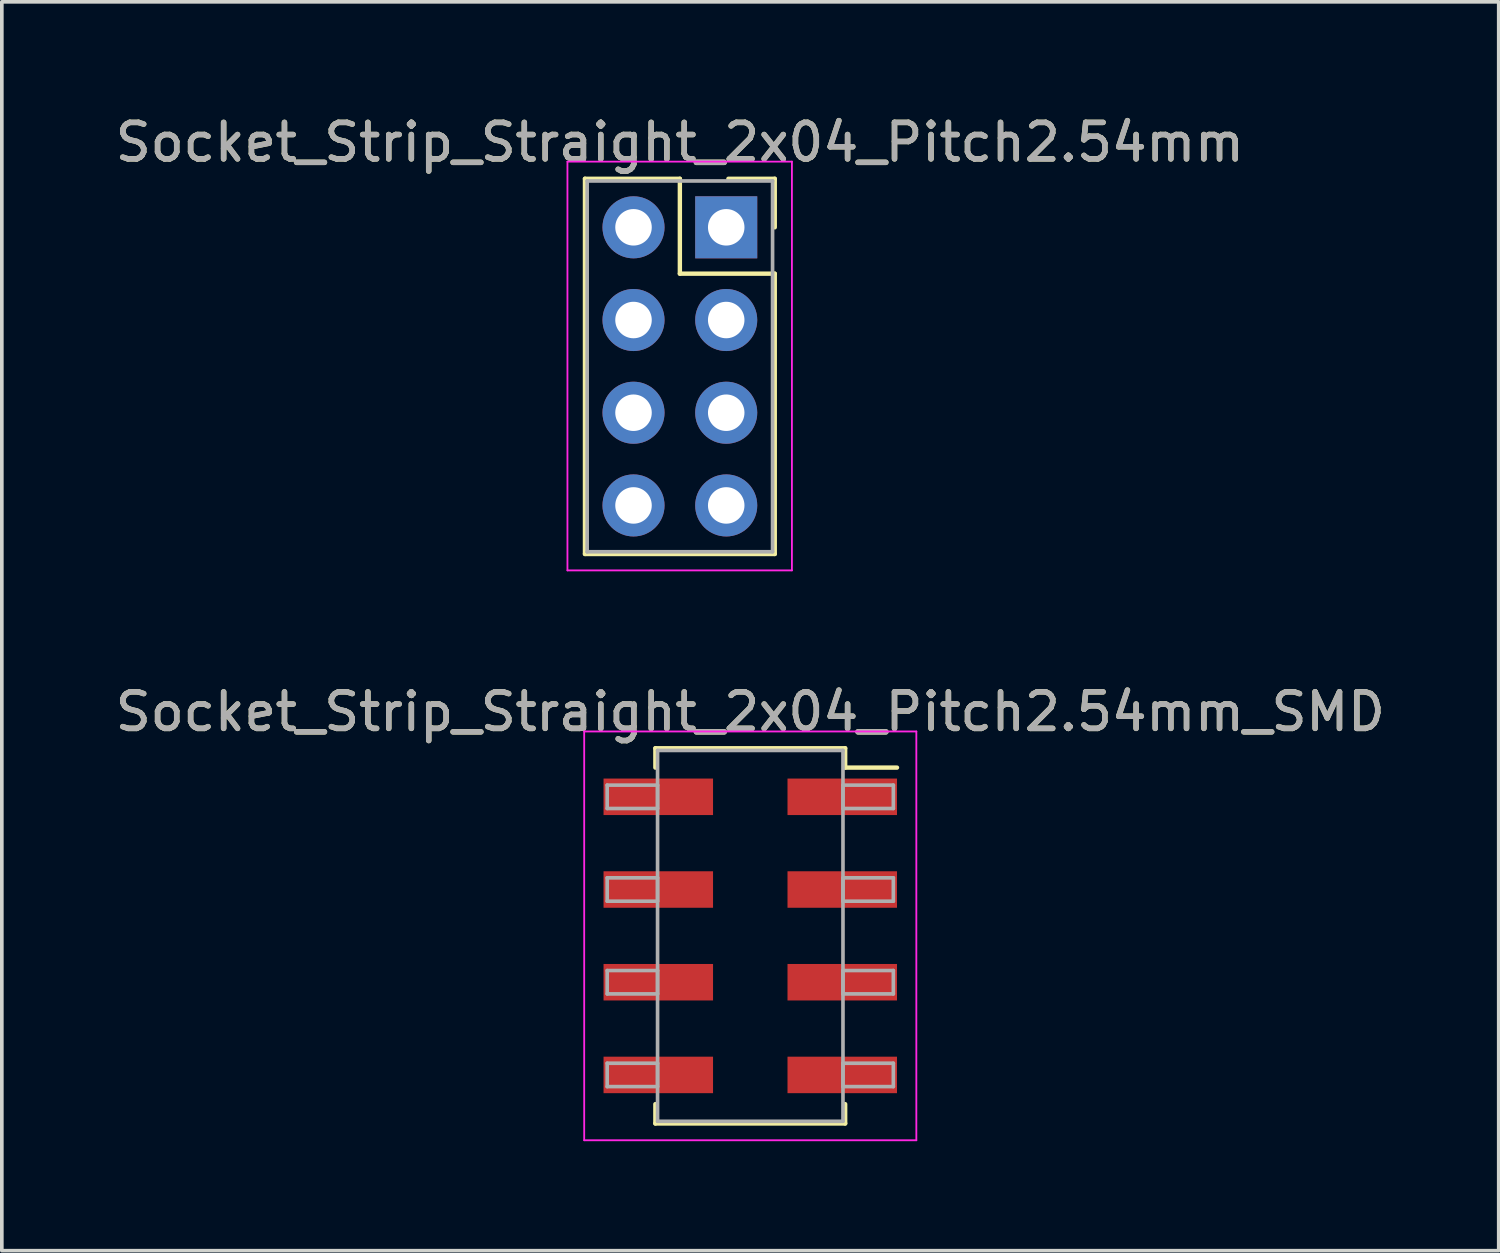
<source format=kicad_pcb>
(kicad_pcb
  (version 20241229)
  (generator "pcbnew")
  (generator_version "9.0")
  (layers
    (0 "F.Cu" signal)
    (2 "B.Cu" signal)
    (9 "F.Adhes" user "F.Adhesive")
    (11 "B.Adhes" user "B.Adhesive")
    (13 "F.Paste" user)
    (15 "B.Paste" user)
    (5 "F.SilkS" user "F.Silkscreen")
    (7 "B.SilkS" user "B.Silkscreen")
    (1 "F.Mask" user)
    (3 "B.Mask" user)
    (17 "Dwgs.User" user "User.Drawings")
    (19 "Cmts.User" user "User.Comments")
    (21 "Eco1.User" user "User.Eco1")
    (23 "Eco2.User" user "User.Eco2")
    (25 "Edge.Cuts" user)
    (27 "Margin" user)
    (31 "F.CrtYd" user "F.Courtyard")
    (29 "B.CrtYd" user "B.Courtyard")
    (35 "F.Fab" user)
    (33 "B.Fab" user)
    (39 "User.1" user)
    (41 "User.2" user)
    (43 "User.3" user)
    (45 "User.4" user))
  (footprint "Socket_Strip_Straight_2x04_Pitch2.54mm_SMD"
    (layer "F.Cu")
    (at 17.506 22.591)
    (property "Reference" "Socket_Strip_Straight_2x04_Pitch2.54mm_SMD" (at 0 -6.14 0) (layer "F.SilkS") (effects (font (size 1 1) (thickness 0.15))))
    (attr smd)
    (fp_line (start -2.6 -5.14) (end 2.6 -5.14) (stroke (width 0.12) (type solid)) (layer "F.SilkS"))
    (fp_line (start -2.6 -4.61) (end -2.6 -5.14) (stroke (width 0.12) (type solid)) (layer "F.SilkS"))
    (fp_line (start -2.6 4.61) (end -2.6 5.14) (stroke (width 0.12) (type solid)) (layer "F.SilkS"))
    (fp_line (start -2.6 5.14) (end 2.6 5.14) (stroke (width 0.12) (type solid)) (layer "F.SilkS"))
    (fp_line (start 2.6 -5.14) (end 2.6 -4.61) (stroke (width 0.12) (type solid)) (layer "F.SilkS"))
    (fp_line (start 2.6 5.14) (end 2.6 4.61) (stroke (width 0.12) (type solid)) (layer "F.SilkS"))
    (fp_line (start 4.02 -4.61) (end 2.6 -4.61) (stroke (width 0.12) (type solid)) (layer "F.SilkS"))
    (fp_line (start -4.55 -5.6) (end -4.55 5.6) (stroke (width 0.05) (type solid)) (layer "F.CrtYd"))
    (fp_line (start -4.55 5.6) (end 4.55 5.6) (stroke (width 0.05) (type solid)) (layer "F.CrtYd"))
    (fp_line (start 4.55 -5.6) (end -4.55 -5.6) (stroke (width 0.05) (type solid)) (layer "F.CrtYd"))
    (fp_line (start 4.55 5.6) (end 4.55 -5.6) (stroke (width 0.05) (type solid)) (layer "F.CrtYd"))
    (fp_line (start -3.92 -4.13) (end -2.54 -4.13) (stroke (width 0.1) (type solid)) (layer "F.Fab"))
    (fp_line (start -3.92 -3.49) (end -3.92 -4.13) (stroke (width 0.1) (type solid)) (layer "F.Fab"))
    (fp_line (start -3.92 -1.59) (end -2.54 -1.59) (stroke (width 0.1) (type solid)) (layer "F.Fab"))
    (fp_line (start -3.92 -0.95) (end -3.92 -1.59) (stroke (width 0.1) (type solid)) (layer "F.Fab"))
    (fp_line (start -3.92 0.95) (end -2.54 0.95) (stroke (width 0.1) (type solid)) (layer "F.Fab"))
    (fp_line (start -3.92 1.59) (end -3.92 0.95) (stroke (width 0.1) (type solid)) (layer "F.Fab"))
    (fp_line (start -3.92 3.49) (end -2.54 3.49) (stroke (width 0.1) (type solid)) (layer "F.Fab"))
    (fp_line (start -3.92 4.13) (end -3.92 3.49) (stroke (width 0.1) (type solid)) (layer "F.Fab"))
    (fp_line (start -2.54 -5.08) (end -2.54 5.08) (stroke (width 0.1) (type solid)) (layer "F.Fab"))
    (fp_line (start -2.54 -4.13) (end -2.54 -3.49) (stroke (width 0.1) (type solid)) (layer "F.Fab"))
    (fp_line (start -2.54 -3.49) (end -3.92 -3.49) (stroke (width 0.1) (type solid)) (layer "F.Fab"))
    (fp_line (start -2.54 -1.59) (end -2.54 -0.95) (stroke (width 0.1) (type solid)) (layer "F.Fab"))
    (fp_line (start -2.54 -0.95) (end -3.92 -0.95) (stroke (width 0.1) (type solid)) (layer "F.Fab"))
    (fp_line (start -2.54 0.95) (end -2.54 1.59) (stroke (width 0.1) (type solid)) (layer "F.Fab"))
    (fp_line (start -2.54 1.59) (end -3.92 1.59) (stroke (width 0.1) (type solid)) (layer "F.Fab"))
    (fp_line (start -2.54 3.49) (end -2.54 4.13) (stroke (width 0.1) (type solid)) (layer "F.Fab"))
    (fp_line (start -2.54 4.13) (end -3.92 4.13) (stroke (width 0.1) (type solid)) (layer "F.Fab"))
    (fp_line (start -2.54 5.08) (end 2.54 5.08) (stroke (width 0.1) (type solid)) (layer "F.Fab"))
    (fp_line (start 2.54 -5.08) (end -2.54 -5.08) (stroke (width 0.1) (type solid)) (layer "F.Fab"))
    (fp_line (start 2.54 -4.13) (end 2.54 -3.49) (stroke (width 0.1) (type solid)) (layer "F.Fab"))
    (fp_line (start 2.54 -3.49) (end 3.92 -3.49) (stroke (width 0.1) (type solid)) (layer "F.Fab"))
    (fp_line (start 2.54 -1.59) (end 2.54 -0.95) (stroke (width 0.1) (type solid)) (layer "F.Fab"))
    (fp_line (start 2.54 -0.95) (end 3.92 -0.95) (stroke (width 0.1) (type solid)) (layer "F.Fab"))
    (fp_line (start 2.54 0.95) (end 2.54 1.59) (stroke (width 0.1) (type solid)) (layer "F.Fab"))
    (fp_line (start 2.54 1.59) (end 3.92 1.59) (stroke (width 0.1) (type solid)) (layer "F.Fab"))
    (fp_line (start 2.54 3.49) (end 2.54 4.13) (stroke (width 0.1) (type solid)) (layer "F.Fab"))
    (fp_line (start 2.54 4.13) (end 3.92 4.13) (stroke (width 0.1) (type solid)) (layer "F.Fab"))
    (fp_line (start 2.54 5.08) (end 2.54 -5.08) (stroke (width 0.1) (type solid)) (layer "F.Fab"))
    (fp_line (start 3.92 -4.13) (end 2.54 -4.13) (stroke (width 0.1) (type solid)) (layer "F.Fab"))
    (fp_line (start 3.92 -3.49) (end 3.92 -4.13) (stroke (width 0.1) (type solid)) (layer "F.Fab"))
    (fp_line (start 3.92 -1.59) (end 2.54 -1.59) (stroke (width 0.1) (type solid)) (layer "F.Fab"))
    (fp_line (start 3.92 -0.95) (end 3.92 -1.59) (stroke (width 0.1) (type solid)) (layer "F.Fab"))
    (fp_line (start 3.92 0.95) (end 2.54 0.95) (stroke (width 0.1) (type solid)) (layer "F.Fab"))
    (fp_line (start 3.92 1.59) (end 3.92 0.95) (stroke (width 0.1) (type solid)) (layer "F.Fab"))
    (fp_line (start 3.92 3.49) (end 2.54 3.49) (stroke (width 0.1) (type solid)) (layer "F.Fab"))
    (fp_line (start 3.92 4.13) (end 3.92 3.49) (stroke (width 0.1) (type solid)) (layer "F.Fab"))
    (fp_text user "${REFERENCE}" (at 0 -6.14 0) (layer "F.Fab") (effects (font (size 1 1) (thickness 0.15))))
    (pad "1" smd rect (at 2.52 -3.81) (size 3 1) (layers "F.Cu" "F.Mask" "F.Paste"))
    (pad "2" smd rect (at -2.52 -3.81) (size 3 1) (layers "F.Cu" "F.Mask" "F.Paste"))
    (pad "3" smd rect (at 2.52 -1.27) (size 3 1) (layers "F.Cu" "F.Mask" "F.Paste"))
    (pad "4" smd rect (at -2.52 -1.27) (size 3 1) (layers "F.Cu" "F.Mask" "F.Paste"))
    (pad "5" smd rect (at 2.52 1.27) (size 3 1) (layers "F.Cu" "F.Mask" "F.Paste"))
    (pad "6" smd rect (at -2.52 1.27) (size 3 1) (layers "F.Cu" "F.Mask" "F.Paste"))
    (pad "7" smd rect (at 2.52 3.81) (size 3 1) (layers "F.Cu" "F.Mask" "F.Paste"))
    (pad "8" smd rect (at -2.52 3.81) (size 3 1) (layers "F.Cu" "F.Mask" "F.Paste")))
  (footprint "Socket_Strip_Straight_2x04_Pitch2.54mm"
    (layer "F.Cu")
    (at 16.847 3.178)
    (property "Reference" "Socket_Strip_Straight_2x04_Pitch2.54mm" (at -1.27 -2.33 0) (layer "F.SilkS") (effects (font (size 1 1) (thickness 0.15))))
    (attr through_hole)
    (fp_line (start -3.87 -1.33) (end -1.27 -1.33) (stroke (width 0.12) (type solid)) (layer "F.SilkS"))
    (fp_line (start -3.87 8.95) (end -3.87 -1.33) (stroke (width 0.12) (type solid)) (layer "F.SilkS"))
    (fp_line (start -1.27 -1.33) (end -1.27 1.27) (stroke (width 0.12) (type solid)) (layer "F.SilkS"))
    (fp_line (start -1.27 1.27) (end 1.33 1.27) (stroke (width 0.12) (type solid)) (layer "F.SilkS"))
    (fp_line (start 1.33 -1.33) (end 0.06 -1.33) (stroke (width 0.12) (type solid)) (layer "F.SilkS"))
    (fp_line (start 1.33 0) (end 1.33 -1.33) (stroke (width 0.12) (type solid)) (layer "F.SilkS"))
    (fp_line (start 1.33 1.27) (end 1.33 8.95) (stroke (width 0.12) (type solid)) (layer "F.SilkS"))
    (fp_line (start 1.33 8.95) (end -3.87 8.95) (stroke (width 0.12) (type solid)) (layer "F.SilkS"))
    (fp_line (start -4.35 -1.8) (end -4.35 9.4) (stroke (width 0.05) (type solid)) (layer "F.CrtYd"))
    (fp_line (start -4.35 9.4) (end 1.8 9.4) (stroke (width 0.05) (type solid)) (layer "F.CrtYd"))
    (fp_line (start 1.8 -1.8) (end -4.35 -1.8) (stroke (width 0.05) (type solid)) (layer "F.CrtYd"))
    (fp_line (start 1.8 9.4) (end 1.8 -1.8) (stroke (width 0.05) (type solid)) (layer "F.CrtYd"))
    (fp_line (start -3.81 -1.27) (end -3.81 8.89) (stroke (width 0.1) (type solid)) (layer "F.Fab"))
    (fp_line (start -3.81 8.89) (end 1.27 8.89) (stroke (width 0.1) (type solid)) (layer "F.Fab"))
    (fp_line (start 1.27 -1.27) (end -3.81 -1.27) (stroke (width 0.1) (type solid)) (layer "F.Fab"))
    (fp_line (start 1.27 8.89) (end 1.27 -1.27) (stroke (width 0.1) (type solid)) (layer "F.Fab"))
    (fp_text user "${REFERENCE}" (at -1.27 -2.33 0) (layer "F.Fab") (effects (font (size 1 1) (thickness 0.15))))
    (pad "1" thru_hole rect (at 0 0) (size 1.7 1.7) (drill 1) (layers "*.Cu" "*.Mask"))
    (pad "2" thru_hole oval (at -2.54 0) (size 1.7 1.7) (drill 1) (layers "*.Cu" "*.Mask"))
    (pad "3" thru_hole oval (at 0 2.54) (size 1.7 1.7) (drill 1) (layers "*.Cu" "*.Mask"))
    (pad "4" thru_hole oval (at -2.54 2.54) (size 1.7 1.7) (drill 1) (layers "*.Cu" "*.Mask"))
    (pad "5" thru_hole oval (at 0 5.08) (size 1.7 1.7) (drill 1) (layers "*.Cu" "*.Mask"))
    (pad "6" thru_hole oval (at -2.54 5.08) (size 1.7 1.7) (drill 1) (layers "*.Cu" "*.Mask"))
    (pad "7" thru_hole oval (at 0 7.62) (size 1.7 1.7) (drill 1) (layers "*.Cu" "*.Mask"))
    (pad "8" thru_hole oval (at -2.54 7.62) (size 1.7 1.7) (drill 1) (layers "*.Cu" "*.Mask")))
  (gr_rect
    (start -3 -3)
    (end 38.012 31.216)
    (stroke (width 0.1) (type default))
    (fill no)
    (layer "Edge.Cuts")))
</source>
